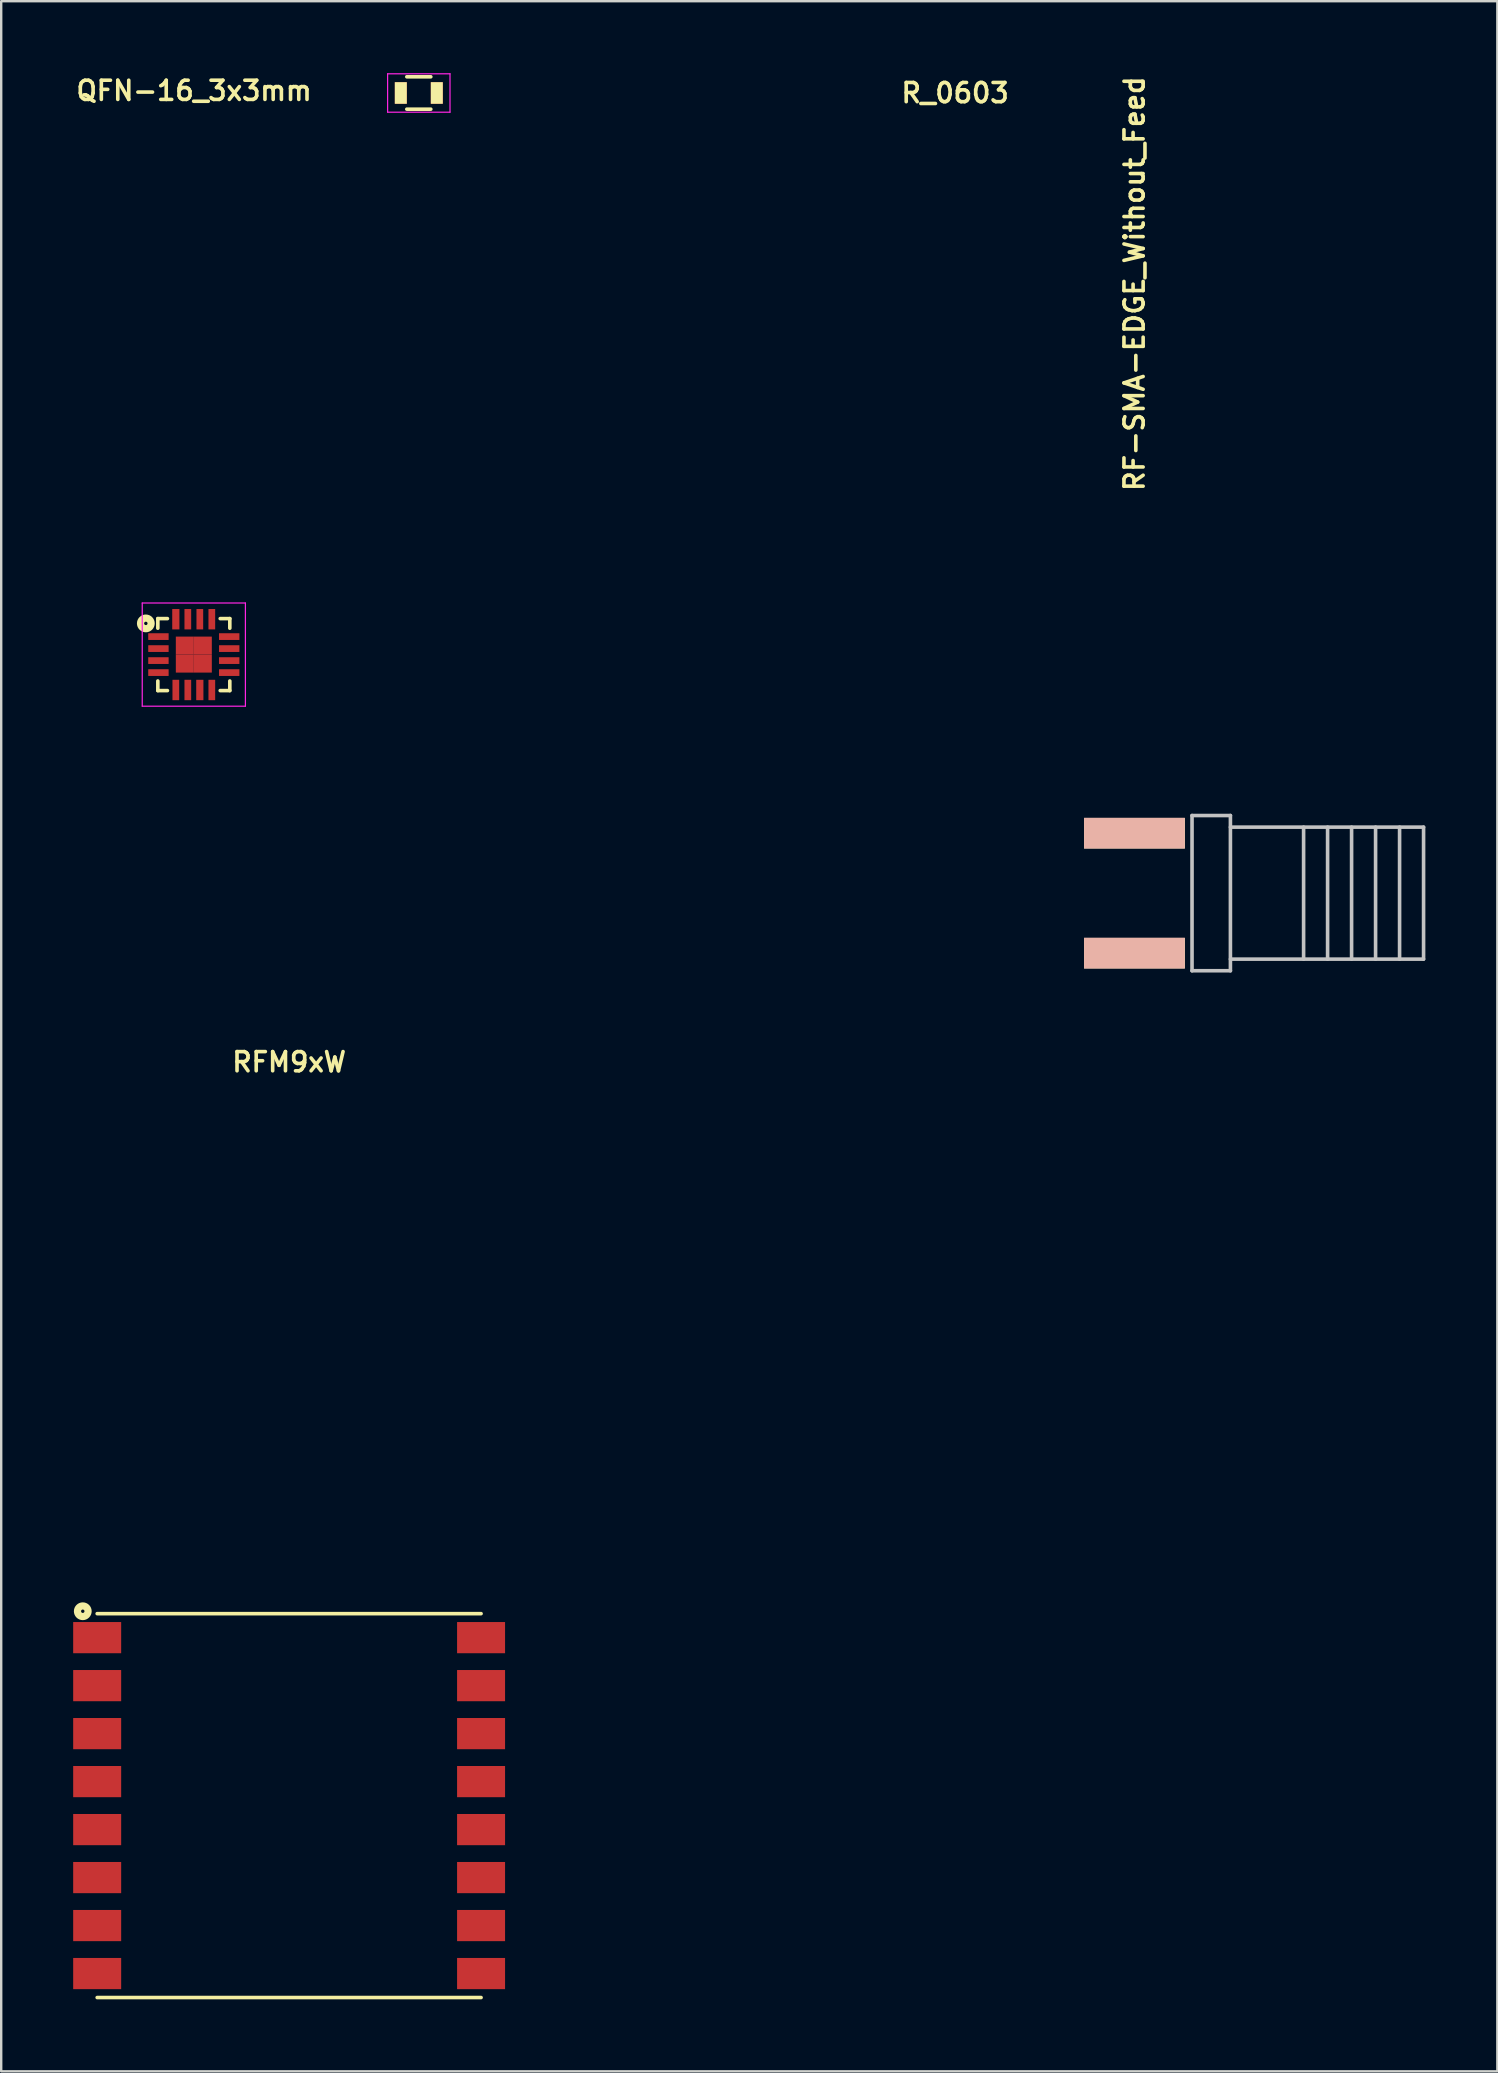
<source format=kicad_pcb>
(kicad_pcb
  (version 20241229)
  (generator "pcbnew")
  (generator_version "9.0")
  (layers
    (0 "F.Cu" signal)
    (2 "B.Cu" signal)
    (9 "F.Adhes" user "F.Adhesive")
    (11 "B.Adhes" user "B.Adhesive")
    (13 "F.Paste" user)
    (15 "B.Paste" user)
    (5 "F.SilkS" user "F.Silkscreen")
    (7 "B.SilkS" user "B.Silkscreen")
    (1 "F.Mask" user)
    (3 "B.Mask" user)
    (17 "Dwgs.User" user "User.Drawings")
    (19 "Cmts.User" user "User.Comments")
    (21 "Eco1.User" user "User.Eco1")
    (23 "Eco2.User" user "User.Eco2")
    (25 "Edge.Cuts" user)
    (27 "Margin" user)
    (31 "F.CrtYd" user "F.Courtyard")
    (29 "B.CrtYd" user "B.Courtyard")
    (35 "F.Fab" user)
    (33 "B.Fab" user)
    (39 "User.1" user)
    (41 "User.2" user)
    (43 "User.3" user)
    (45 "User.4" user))
  (footprint "RF-SMA-EDGE_Without_Feed"
    (layer "F.Cu")
    (at 44.231 34.174)
    (property "Reference" "RF-SMA-EDGE_Without_Feed" (at 0 -25.4 270) (layer "F.SilkS") (effects (font (size 0.8 0.8) (thickness 0.15))))
    (attr through_hole)
    (fp_line (start 2.4 -3.235) (end 2.4 3.235) (stroke (width 0.15) (type solid)) (layer "Dwgs.User"))
    (fp_line (start 2.4 3.235) (end 4 3.235) (stroke (width 0.15) (type solid)) (layer "Dwgs.User"))
    (fp_line (start 4 -3.235) (end 2.4 -3.235) (stroke (width 0.15) (type solid)) (layer "Dwgs.User"))
    (fp_line (start 4 2.75) (end 12.05 2.75) (stroke (width 0.15) (type solid)) (layer "Dwgs.User"))
    (fp_line (start 4 3.235) (end 4 -3.235) (stroke (width 0.15) (type solid)) (layer "Dwgs.User"))
    (fp_line (start 7.05 -2.75) (end 7.05 2.75) (stroke (width 0.15) (type solid)) (layer "Dwgs.User"))
    (fp_line (start 8.05 -2.75) (end 8.05 2.75) (stroke (width 0.15) (type solid)) (layer "Dwgs.User"))
    (fp_line (start 9.05 -2.75) (end 9.05 2.75) (stroke (width 0.15) (type solid)) (layer "Dwgs.User"))
    (fp_line (start 10.05 -2.75) (end 10.05 2.75) (stroke (width 0.15) (type solid)) (layer "Dwgs.User"))
    (fp_line (start 11.05 -2.75) (end 11.05 2.75) (stroke (width 0.15) (type solid)) (layer "Dwgs.User"))
    (fp_line (start 12.05 -2.75) (end 4 -2.75) (stroke (width 0.15) (type solid)) (layer "Dwgs.User"))
    (fp_line (start 12.05 2.75) (end 12.05 -2.75) (stroke (width 0.15) (type solid)) (layer "Dwgs.User"))
    (pad "2" smd rect (at 0 2.5) (size 4.2 1.27) (layers "F.Cu" "F.Mask" "F.SilkS"))
    (pad "3" smd rect (at 0 -2.5) (size 4.2 1.27) (layers "F.Cu" "F.Mask" "F.SilkS"))
    (pad "4" smd rect (at 0 2.5) (size 4.2 1.27) (layers "B.Cu" "B.Mask" "B.SilkS"))
    (pad "5" smd rect (at 0 -2.5) (size 4.2 1.27) (layers "B.Cu" "B.Mask" "B.SilkS")))
  (footprint "RFM9xW"
    (layer "F.Cu")
    (at 9 72.203)
    (property "Reference" "RFM9xW" (at 0 -30.988 0) (layer "F.SilkS") (effects (font (size 0.8 0.8) (thickness 0.15))))
    (attr through_hole)
    (fp_line (start -8 -8) (end 8 -8) (stroke (width 0.15) (type solid)) (layer "F.SilkS"))
    (fp_line (start -8 8) (end 8 8) (stroke (width 0.15) (type solid)) (layer "F.SilkS"))
    (fp_circle (center -8.6 -8.1) (end -8.65 -8.15) (stroke (width 0.3) (type solid)) (fill no) (layer "F.SilkS"))
    (pad "1" smd rect (at -8 -7) (size 2 1.3) (layers "F.Cu" "F.Mask" "F.Paste"))
    (pad "2" smd rect (at -8 -5) (size 2 1.3) (layers "F.Cu" "F.Mask" "F.Paste"))
    (pad "3" smd rect (at -8 -3) (size 2 1.3) (layers "F.Cu" "F.Mask" "F.Paste"))
    (pad "4" smd rect (at -8 -1) (size 2 1.3) (layers "F.Cu" "F.Mask" "F.Paste"))
    (pad "5" smd rect (at -8 1) (size 2 1.3) (layers "F.Cu" "F.Mask" "F.Paste"))
    (pad "6" smd rect (at -8 3) (size 2 1.3) (layers "F.Cu" "F.Mask" "F.Paste"))
    (pad "7" smd rect (at -8 5) (size 2 1.3) (layers "F.Cu" "F.Mask" "F.Paste"))
    (pad "8" smd rect (at -8 7) (size 2 1.3) (layers "F.Cu" "F.Mask" "F.Paste"))
    (pad "9" smd rect (at 8 7) (size 2 1.3) (layers "F.Cu" "F.Mask" "F.Paste"))
    (pad "10" smd rect (at 8 5) (size 2 1.3) (layers "F.Cu" "F.Mask" "F.Paste"))
    (pad "11" smd rect (at 8 3) (size 2 1.3) (layers "F.Cu" "F.Mask" "F.Paste"))
    (pad "12" smd rect (at 8 1) (size 2 1.3) (layers "F.Cu" "F.Mask" "F.Paste"))
    (pad "13" smd rect (at 8 -1) (size 2 1.3) (layers "F.Cu" "F.Mask" "F.Paste"))
    (pad "14" smd rect (at 8 -3) (size 2 1.3) (layers "F.Cu" "F.Mask" "F.Paste"))
    (pad "15" smd rect (at 8 -5) (size 2 1.3) (layers "F.Cu" "F.Mask" "F.Paste"))
    (pad "16" smd rect (at 8 -7) (size 2 1.3) (layers "F.Cu" "F.Mask" "F.Paste")))
  (footprint "QFN-16_3x3mm"
    (layer "F.Cu")
    (at 5.028 24.232)
    (property "Reference" "QFN-16_3x3mm" (at 0.012 -23.501 0) (layer "F.SilkS") (effects (font (size 0.8 0.8) (thickness 0.15))))
    (attr through_hole)
    (fp_line (start -1.5 -1.5) (end -1.5 -1.1) (stroke (width 0.15) (type solid)) (layer "F.SilkS"))
    (fp_line (start -1.5 1.1) (end -1.5 1.5) (stroke (width 0.15) (type solid)) (layer "F.SilkS"))
    (fp_line (start -1.5 1.5) (end -1.1 1.5) (stroke (width 0.15) (type solid)) (layer "F.SilkS"))
    (fp_line (start -1.1 -1.5) (end -1.5 -1.5) (stroke (width 0.15) (type solid)) (layer "F.SilkS"))
    (fp_line (start 1.1 -1.5) (end 1.5 -1.5) (stroke (width 0.15) (type solid)) (layer "F.SilkS"))
    (fp_line (start 1.1 1.5) (end 1.5 1.5) (stroke (width 0.15) (type solid)) (layer "F.SilkS"))
    (fp_line (start 1.5 -1.5) (end 1.5 -1.1) (stroke (width 0.15) (type solid)) (layer "F.SilkS"))
    (fp_line (start 1.5 1.5) (end 1.5 1.1) (stroke (width 0.15) (type solid)) (layer "F.SilkS"))
    (fp_circle (center -2 -1.3) (end -1.95 -1.25) (stroke (width 0.3) (type solid)) (fill no) (layer "F.SilkS"))
    (fp_line (start -2.15 -2.15) (end 2.15 -2.15) (stroke (width 0.05) (type solid)) (layer "F.CrtYd"))
    (fp_line (start -2.15 2.15) (end -2.15 -2.15) (stroke (width 0.05) (type solid)) (layer "F.CrtYd"))
    (fp_line (start 2.15 -2.15) (end 2.15 2.15) (stroke (width 0.05) (type solid)) (layer "F.CrtYd"))
    (fp_line (start 2.15 2.15) (end -2.15 2.15) (stroke (width 0.05) (type solid)) (layer "F.CrtYd"))
    (pad "1" smd rect (at -1.475 -0.75) (size 0.85 0.28) (layers "F.Cu" "F.Mask" "F.Paste"))
    (pad "2" smd rect (at -1.475 -0.25) (size 0.85 0.28) (layers "F.Cu" "F.Mask" "F.Paste"))
    (pad "3" smd rect (at -1.475 0.25) (size 0.85 0.28) (layers "F.Cu" "F.Mask" "F.Paste"))
    (pad "4" smd rect (at -1.475 0.75) (size 0.85 0.28) (layers "F.Cu" "F.Mask" "F.Paste"))
    (pad "5" smd rect (at -0.75 1.475 90) (size 0.85 0.28) (layers "F.Cu" "F.Mask" "F.Paste"))
    (pad "6" smd rect (at -0.25 1.475 90) (size 0.85 0.28) (layers "F.Cu" "F.Mask" "F.Paste"))
    (pad "7" smd rect (at 0.25 1.475 90) (size 0.85 0.3) (layers "F.Cu" "F.Mask" "F.Paste"))
    (pad "8" smd rect (at 0.75 1.475 90) (size 0.85 0.28) (layers "F.Cu" "F.Mask" "F.Paste"))
    (pad "9" smd rect (at 1.475 0.75) (size 0.85 0.28) (layers "F.Cu" "F.Mask" "F.Paste"))
    (pad "10" smd rect (at 1.475 0.25) (size 0.85 0.28) (layers "F.Cu" "F.Mask" "F.Paste"))
    (pad "11" smd rect (at 1.475 -0.25) (size 0.85 0.28) (layers "F.Cu" "F.Mask" "F.Paste"))
    (pad "12" smd rect (at 1.475 -0.75) (size 0.85 0.28) (layers "F.Cu" "F.Mask" "F.Paste"))
    (pad "13" smd rect (at 0.75 -1.475 90) (size 0.85 0.28) (layers "F.Cu" "F.Mask" "F.Paste"))
    (pad "14" smd rect (at 0.25 -1.475 90) (size 0.85 0.28) (layers "F.Cu" "F.Mask" "F.Paste"))
    (pad "15" smd rect (at -0.25 -1.475 90) (size 0.85 0.28) (layers "F.Cu" "F.Mask" "F.Paste"))
    (pad "16" smd rect (at -0.75 -1.475 90) (size 0.85 0.3) (layers "F.Cu" "F.Mask" "F.Paste"))
    (pad "17" smd rect (at -0.375 -0.375) (size 0.75 0.75) (layers "F.Cu" "F.Mask" "F.Paste"))
    (pad "17" smd rect (at -0.375 0.375) (size 0.75 0.75) (layers "F.Cu" "F.Mask" "F.Paste"))
    (pad "17" smd rect (at 0.375 -0.375) (size 0.75 0.75) (layers "F.Cu" "F.Mask" "F.Paste"))
    (pad "17" smd rect (at 0.375 0.375) (size 0.75 0.75) (layers "F.Cu" "F.Mask" "F.Paste")))
  (footprint "R_0603"
    (layer "F.Cu")
    (at 14.405 0.825)
    (property "Reference" "R_0603" (at 22.352 0 0) (layer "F.SilkS") (effects (font (size 0.8 0.8) (thickness 0.15))))
    (attr smd)
    (fp_line (start -0.5 -0.675) (end 0.5 -0.675) (stroke (width 0.15) (type solid)) (layer "F.SilkS"))
    (fp_line (start 0.5 0.675) (end -0.5 0.675) (stroke (width 0.15) (type solid)) (layer "F.SilkS"))
    (fp_line (start -1.3 -0.8) (end -1.3 0.8) (stroke (width 0.05) (type solid)) (layer "F.CrtYd"))
    (fp_line (start -1.3 -0.8) (end 1.3 -0.8) (stroke (width 0.05) (type solid)) (layer "F.CrtYd"))
    (fp_line (start -1.3 0.8) (end 1.3 0.8) (stroke (width 0.05) (type solid)) (layer "F.CrtYd"))
    (fp_line (start 1.3 -0.8) (end 1.3 0.8) (stroke (width 0.05) (type solid)) (layer "F.CrtYd"))
    (pad "1" smd rect (at -0.75 0) (size 0.5 0.9) (layers "F.Cu" "F.Mask" "F.SilkS" "F.Paste"))
    (pad "2" smd rect (at 0.75 0) (size 0.5 0.9) (layers "F.Cu" "F.Mask" "F.SilkS" "F.Paste")))
  (gr_rect
    (start -3 -3)
    (end 59.356 83.278)
    (stroke (width 0.1) (type default))
    (fill no)
    (layer "Edge.Cuts")))
</source>
